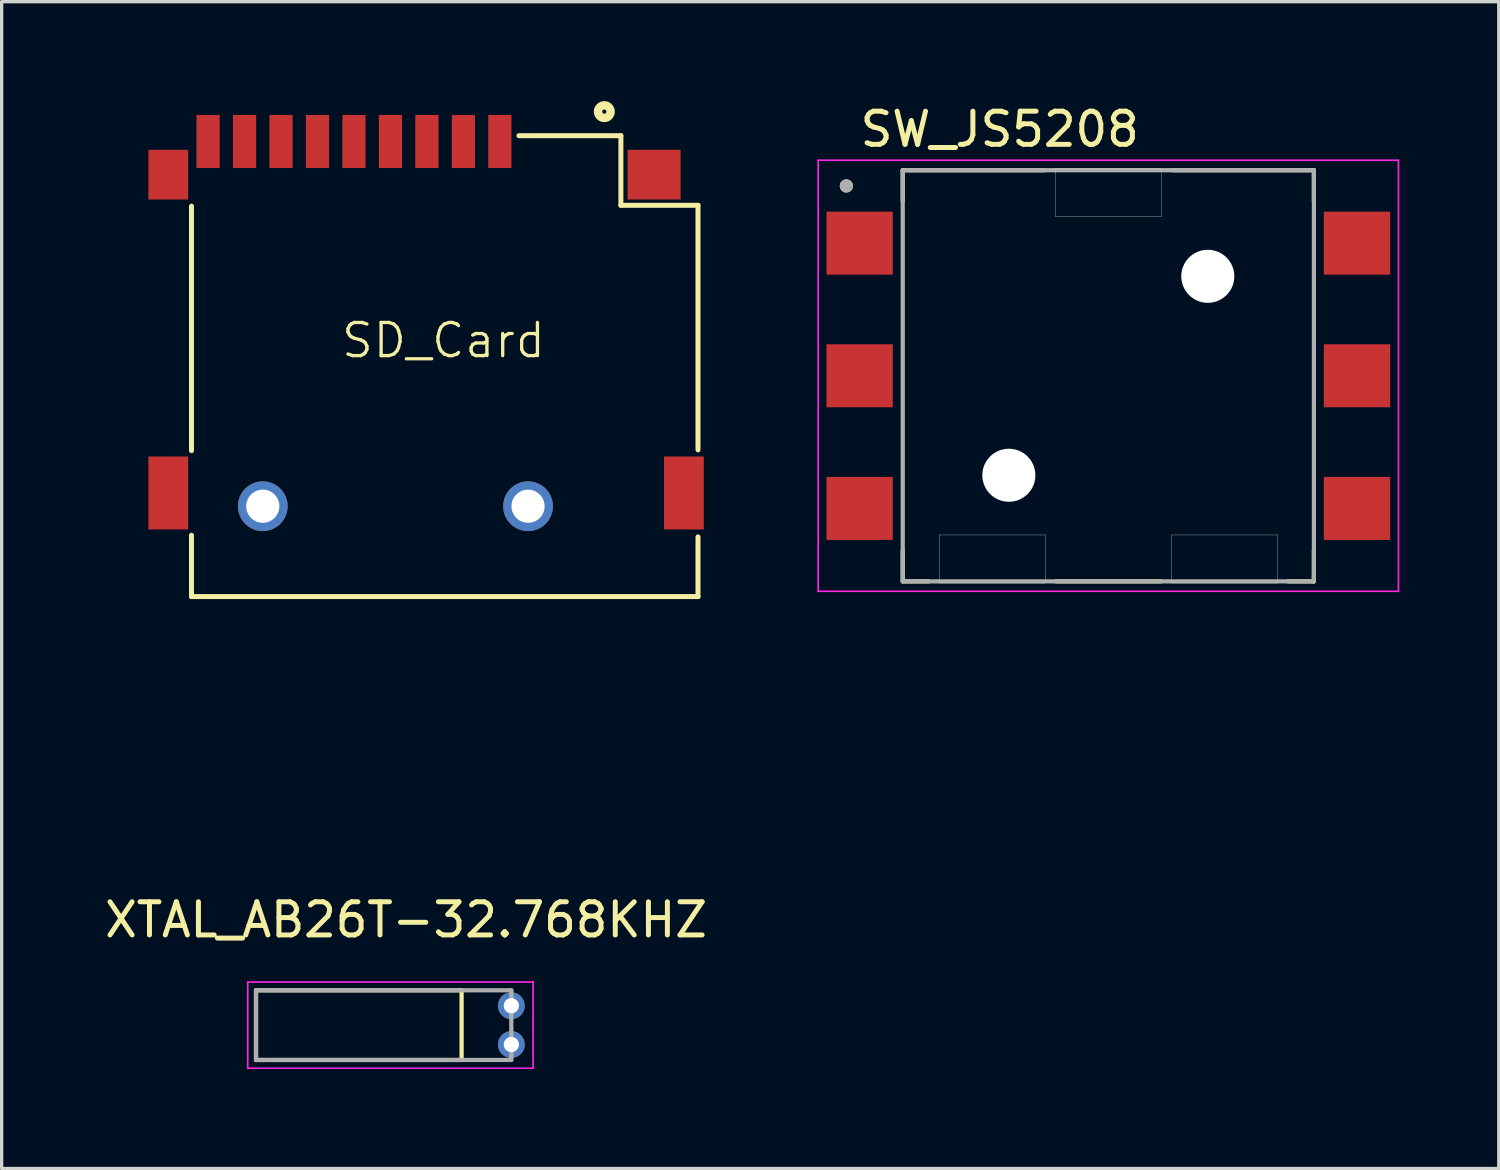
<source format=kicad_pcb>
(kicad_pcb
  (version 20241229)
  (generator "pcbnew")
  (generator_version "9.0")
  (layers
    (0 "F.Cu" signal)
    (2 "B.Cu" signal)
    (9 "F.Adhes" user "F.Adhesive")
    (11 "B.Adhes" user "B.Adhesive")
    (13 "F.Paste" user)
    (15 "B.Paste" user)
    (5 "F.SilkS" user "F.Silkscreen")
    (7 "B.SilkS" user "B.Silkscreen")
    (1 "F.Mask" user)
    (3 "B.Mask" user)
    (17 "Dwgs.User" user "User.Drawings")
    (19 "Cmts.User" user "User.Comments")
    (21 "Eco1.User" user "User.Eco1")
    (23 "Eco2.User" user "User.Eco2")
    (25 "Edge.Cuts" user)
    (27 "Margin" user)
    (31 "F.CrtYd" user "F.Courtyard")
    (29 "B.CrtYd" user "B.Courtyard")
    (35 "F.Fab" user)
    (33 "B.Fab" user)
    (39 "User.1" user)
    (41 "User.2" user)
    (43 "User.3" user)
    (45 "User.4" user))
  (footprint "SW_JS5208"
    (layer "F.Cu")
    (at 30.375 8.283)
    (property "Reference" "SW_JS5208" (at -3.275 -7.435 0) (layer "F.SilkS") (effects (font (size 1 1) (thickness 0.15))))
    (attr smd)
    (fp_line (start -6.2 -6.2) (end -1.92 -6.2) (stroke (width 0.127) (type solid)) (layer "F.SilkS"))
    (fp_line (start -6.2 -5.27) (end -6.2 -6.2) (stroke (width 0.127) (type solid)) (layer "F.SilkS"))
    (fp_line (start -6.2 5.27) (end -6.2 6.2) (stroke (width 0.127) (type solid)) (layer "F.SilkS"))
    (fp_line (start -6.2 6.2) (end -5.42 6.2) (stroke (width 0.127) (type solid)) (layer "F.SilkS"))
    (fp_line (start -1.58 6.2) (end 1.58 6.2) (stroke (width 0.127) (type solid)) (layer "F.SilkS"))
    (fp_line (start 1.92 -6.2) (end 6.2 -6.2) (stroke (width 0.127) (type solid)) (layer "F.SilkS"))
    (fp_line (start 5.42 6.2) (end 6.2 6.2) (stroke (width 0.127) (type solid)) (layer "F.SilkS"))
    (fp_line (start 6.2 -6.2) (end 6.2 -5.27) (stroke (width 0.127) (type solid)) (layer "F.SilkS"))
    (fp_line (start 6.2 6.2) (end 6.2 5.27) (stroke (width 0.127) (type solid)) (layer "F.SilkS"))
    (fp_circle (center -7.9 -5.725) (end -7.8 -5.725) (stroke (width 0.2) (type solid)) (fill no) (layer "F.SilkS"))
    (fp_line (start -5.1 4.8) (end -1.9 4.8) (stroke (width 0.01) (type solid)) (layer "Edge.Cuts"))
    (fp_line (start -5.1 6.25) (end -5.1 4.8) (stroke (width 0.01) (type solid)) (layer "Edge.Cuts"))
    (fp_line (start -1.9 4.8) (end -1.9 6.25) (stroke (width 0.01) (type solid)) (layer "Edge.Cuts"))
    (fp_line (start -1.9 6.25) (end -5.1 6.25) (stroke (width 0.01) (type solid)) (layer "Edge.Cuts"))
    (fp_line (start -1.6 -6.25) (end 1.6 -6.25) (stroke (width 0.01) (type solid)) (layer "Edge.Cuts"))
    (fp_line (start -1.6 -4.8) (end -1.6 -6.25) (stroke (width 0.01) (type solid)) (layer "Edge.Cuts"))
    (fp_line (start 1.6 -6.25) (end 1.6 -4.8) (stroke (width 0.01) (type solid)) (layer "Edge.Cuts"))
    (fp_line (start 1.6 -4.8) (end -1.6 -4.8) (stroke (width 0.01) (type solid)) (layer "Edge.Cuts"))
    (fp_line (start 1.9 4.8) (end 1.9 6.25) (stroke (width 0.01) (type solid)) (layer "Edge.Cuts"))
    (fp_line (start 1.9 6.25) (end 5.1 6.25) (stroke (width 0.01) (type solid)) (layer "Edge.Cuts"))
    (fp_line (start 5.1 4.8) (end 1.9 4.8) (stroke (width 0.01) (type solid)) (layer "Edge.Cuts"))
    (fp_line (start 5.1 6.25) (end 5.1 4.8) (stroke (width 0.01) (type solid)) (layer "Edge.Cuts"))
    (fp_line (start -8.75 -6.5) (end -8.75 6.5) (stroke (width 0.05) (type solid)) (layer "F.CrtYd"))
    (fp_line (start -8.75 6.5) (end 8.75 6.5) (stroke (width 0.05) (type solid)) (layer "F.CrtYd"))
    (fp_line (start 8.75 -6.5) (end -8.75 -6.5) (stroke (width 0.05) (type solid)) (layer "F.CrtYd"))
    (fp_line (start 8.75 6.5) (end 8.75 -6.5) (stroke (width 0.05) (type solid)) (layer "F.CrtYd"))
    (fp_line (start -6.2 -6.2) (end 6.2 -6.2) (stroke (width 0.127) (type solid)) (layer "F.Fab"))
    (fp_line (start -6.2 6.2) (end -6.2 -6.2) (stroke (width 0.127) (type solid)) (layer "F.Fab"))
    (fp_line (start 6.2 -6.2) (end 6.2 6.2) (stroke (width 0.127) (type solid)) (layer "F.Fab"))
    (fp_line (start 6.2 6.2) (end -6.2 6.2) (stroke (width 0.127) (type solid)) (layer "F.Fab"))
    (fp_circle (center -7.9 -5.725) (end -7.8 -5.725) (stroke (width 0.2) (type solid)) (fill no) (layer "F.Fab"))
    (pad "" np_thru_hole circle (at -3 3) (size 1.6 1.6) (drill 1.6) (layers "*.Cu" "*.Mask"))
    (pad "" np_thru_hole circle (at 3 -3) (size 1.6 1.6) (drill 1.6) (layers "*.Cu" "*.Mask"))
    (pad "1" smd rect (at -7.5 -4) (size 2 1.9) (layers "F.Cu" "F.Mask" "F.Paste"))
    (pad "2" smd rect (at -7.5 0) (size 2 1.9) (layers "F.Cu" "F.Mask" "F.Paste"))
    (pad "3" smd rect (at -7.5 4) (size 2 1.9) (layers "F.Cu" "F.Mask" "F.Paste"))
    (pad "4" smd rect (at 7.5 -4) (size 2 1.9) (layers "F.Cu" "F.Mask" "F.Paste"))
    (pad "5" smd rect (at 7.5 0) (size 2 1.9) (layers "F.Cu" "F.Mask" "F.Paste"))
    (pad "6" smd rect (at 7.5 4) (size 2 1.9) (layers "F.Cu" "F.Mask" "F.Paste")))
  (footprint "SD_Card"
    (layer "F.Cu")
    (at 10.325 7.717)
    (property "Reference" "SD_Card" (at 0 -0.5 0) (unlocked yes) (layer "F.SilkS") (effects (font (size 1 1) (thickness 0.1))))
    (attr smd)
    (fp_line (start -7.6 2.825) (end -7.6 -4.55) (stroke (width 0.15) (type solid)) (layer "F.SilkS"))
    (fp_line (start -7.6 7.225) (end -7.6 5.375) (stroke (width 0.15) (type solid)) (layer "F.SilkS"))
    (fp_line (start -7.6 7.225) (end 7.675 7.225) (stroke (width 0.15) (type solid)) (layer "F.SilkS"))
    (fp_line (start 2.275 -6.675) (end 5.35 -6.675) (stroke (width 0.15) (type solid)) (layer "F.SilkS"))
    (fp_line (start 5.35 -4.575) (end 5.35 -6.675) (stroke (width 0.15) (type solid)) (layer "F.SilkS"))
    (fp_line (start 5.35 -4.575) (end 7.675 -4.575) (stroke (width 0.15) (type solid)) (layer "F.SilkS"))
    (fp_line (start 7.675 2.8) (end 7.675 -4.575) (stroke (width 0.15) (type solid)) (layer "F.SilkS"))
    (fp_line (start 7.675 7.225) (end 7.675 5.425) (stroke (width 0.15) (type solid)) (layer "F.SilkS"))
    (fp_circle (center 4.85 -7.4) (end 4.85 -7.59) (stroke (width 0.254) (type solid)) (fill no) (layer "F.SilkS"))
    (fp_line (start -7.6 -6.675) (end 5.35 -6.675) (stroke (width 0.15) (type solid)) (layer "User.2"))
    (fp_line (start -7.6 7.25) (end -7.6 -6.675) (stroke (width 0.15) (type solid)) (layer "User.2"))
    (fp_line (start -7.6 7.25) (end 7.675 7.25) (stroke (width 0.15) (type solid)) (layer "User.2"))
    (fp_line (start 5.35 -4.575) (end 5.35 -6.675) (stroke (width 0.15) (type solid)) (layer "User.2"))
    (fp_line (start 5.35 -4.575) (end 7.675 -4.575) (stroke (width 0.15) (type solid)) (layer "User.2"))
    (fp_line (start 7.675 7.25) (end 7.675 -4.575) (stroke (width 0.15) (type solid)) (layer "User.2"))
    (fp_circle (center 2.675 -5.66) (end 2.675 -5.84) (stroke (width 0.254) (type solid)) (fill no) (layer "User.2"))
    (fp_line (start -10.25 7.495) (end 7.2 7.55) (stroke (width 0.15) (type solid)) (layer "User.6"))
    (fp_line (start -10.25 8.995) (end 7.2 9.05) (stroke (width 0.15) (type solid)) (layer "User.6"))
    (fp_line (start -10.25 -6.975) (end 4.35 -7) (stroke (width 0.15) (type solid)) (layer "User.6"))
    (fp_line (start -10.25 -5.475) (end 4.35 -5.5) (stroke (width 0.15) (type solid)) (layer "User.6"))
    (fp_line (start -10.25 7.495) (end -10.25 -6.975) (stroke (width 0.15) (type solid)) (layer "User.6"))
    (fp_line (start -10.25 8.995) (end -10.25 -5.475) (stroke (width 0.15) (type solid)) (layer "User.6"))
    (fp_line (start -9.75 12.995) (end 7.7 13.05) (stroke (width 0.15) (type solid)) (layer "User.6"))
    (fp_line (start -9.75 -1.475) (end 4.85 -1.5) (stroke (width 0.15) (type solid)) (layer "User.6"))
    (fp_line (start -9.75 12.995) (end -9.75 -1.475) (stroke (width 0.15) (type solid)) (layer "User.6"))
    (fp_line (start -9.25 7.495) (end 8.2 7.55) (stroke (width 0.15) (type solid)) (layer "User.6"))
    (fp_line (start -9.25 -6.975) (end 5.35 -7) (stroke (width 0.15) (type solid)) (layer "User.6"))
    (fp_line (start -9.25 7.495) (end -9.25 -6.975) (stroke (width 0.15) (type solid)) (layer "User.6"))
    (fp_line (start 4.35 -4.575) (end 4.35 -7) (stroke (width 0.15) (type solid)) (layer "User.6"))
    (fp_line (start 4.35 -4.575) (end 7.2 -4.575) (stroke (width 0.15) (type solid)) (layer "User.6"))
    (fp_line (start 4.35 -3.075) (end 4.35 -5.5) (stroke (width 0.15) (type solid)) (layer "User.6"))
    (fp_line (start 4.35 -3.075) (end 7.2 -3.075) (stroke (width 0.15) (type solid)) (layer "User.6"))
    (fp_line (start 4.85 0.925) (end 4.85 -1.5) (stroke (width 0.15) (type solid)) (layer "User.6"))
    (fp_line (start 4.85 0.925) (end 7.7 0.925) (stroke (width 0.15) (type solid)) (layer "User.6"))
    (fp_line (start 5.35 -4.575) (end 5.35 -7) (stroke (width 0.15) (type solid)) (layer "User.6"))
    (fp_line (start 5.35 -4.575) (end 8.2 -4.575) (stroke (width 0.15) (type solid)) (layer "User.6"))
    (fp_line (start 7.2 7.55) (end 7.2 -4.575) (stroke (width 0.15) (type solid)) (layer "User.6"))
    (fp_line (start 7.2 9.05) (end 7.2 -3.075) (stroke (width 0.15) (type solid)) (layer "User.6"))
    (fp_line (start 7.7 13.05) (end 7.7 0.925) (stroke (width 0.15) (type solid)) (layer "User.6"))
    (fp_line (start 8.2 7.55) (end 8.2 -4.575) (stroke (width 0.15) (type solid)) (layer "User.6"))
    (fp_line (start -1.825 4.5) (end -1.175 4.5) (stroke (width 0.15) (type solid)) (layer "User.10"))
    (fp_line (start -1.825 6) (end -1.175 6) (stroke (width 0.15) (type solid)) (layer "User.10"))
    (fp_line (start -1.5 4.825) (end -1.5 4.2) (stroke (width 0.15) (type solid)) (layer "User.10"))
    (fp_line (start -1.5 6.325) (end -1.5 5.7) (stroke (width 0.15) (type solid)) (layer "User.10"))
    (fp_line (start -1.325 10) (end -0.675 10) (stroke (width 0.15) (type solid)) (layer "User.10"))
    (fp_line (start -1 10.325) (end -1 9.7) (stroke (width 0.15) (type solid)) (layer "User.10"))
    (fp_line (start -0.825 4.5) (end -0.175 4.5) (stroke (width 0.15) (type solid)) (layer "User.10"))
    (fp_line (start -0.5 4.825) (end -0.5 4.2) (stroke (width 0.15) (type solid)) (layer "User.10"))
    (pad "1" smd rect (at 1.7 -6.5) (size 0.7 1.6) (layers "F.Cu" "F.Mask" "F.Paste"))
    (pad "2" smd rect (at 0.6 -6.5) (size 0.7 1.6) (layers "F.Cu" "F.Mask" "F.Paste"))
    (pad "3" smd rect (at -0.5 -6.5) (size 0.7 1.6) (layers "F.Cu" "F.Mask" "F.Paste"))
    (pad "4" smd rect (at -1.6 -6.5) (size 0.7 1.6) (layers "F.Cu" "F.Mask" "F.Paste"))
    (pad "5" smd rect (at -2.7 -6.5) (size 0.7 1.6) (layers "F.Cu" "F.Mask" "F.Paste"))
    (pad "6" smd rect (at -3.8 -6.5) (size 0.7 1.6) (layers "F.Cu" "F.Mask" "F.Paste"))
    (pad "7" smd rect (at -4.9 -6.5) (size 0.7 1.6) (layers "F.Cu" "F.Mask" "F.Paste"))
    (pad "8" smd rect (at -6 -6.5) (size 0.7 1.6) (layers "F.Cu" "F.Mask" "F.Paste"))
    (pad "10" thru_hole circle (at -5.45 4.5) (size 1.5 1.5) (drill 1) (layers "*.Cu" "*.Mask"))
    (pad "11" thru_hole circle (at 2.55 4.5) (size 1.5 1.5) (drill 1) (layers "*.Cu" "*.Mask"))
    (pad "Cd" smd rect (at -7.1 -6.5) (size 0.7 1.6) (layers "F.Cu" "F.Mask" "F.Paste"))
    (pad "GND" smd rect (at -8.3 -5.5) (size 1.2 1.5) (layers "F.Cu" "F.Mask" "F.Paste"))
    (pad "GND" smd rect (at -8.3 4.1) (size 1.2 2.2) (layers "F.Cu" "F.Mask" "F.Paste"))
    (pad "GND" smd rect (at 6.35 -5.5) (size 1.6 1.5) (layers "F.Cu" "F.Mask" "F.Paste"))
    (pad "GND" smd rect (at 7.25 4.1) (size 1.2 2.2) (layers "F.Cu" "F.Mask" "F.Paste")))
  (footprint "XTAL_AB26T-32.768KHZ"
    (layer "F.Cu")
    (at 12.371 27.866)
    (property "Reference" "XTAL_AB26T-32.768KHZ" (at -3.175 -3.175 0) (layer "F.SilkS") (effects (font (size 1 1) (thickness 0.15))))
    (attr through_hole)
    (fp_line (start -7.7 -1.05) (end -1.5 -1.05) (stroke (width 0.127) (type solid)) (layer "F.SilkS"))
    (fp_line (start -7.7 1.05) (end -7.7 -1.05) (stroke (width 0.127) (type solid)) (layer "F.SilkS"))
    (fp_line (start -1.5 -1.05) (end -1.5 1.05) (stroke (width 0.127) (type solid)) (layer "F.SilkS"))
    (fp_line (start -1.5 1.05) (end -7.7 1.05) (stroke (width 0.127) (type solid)) (layer "F.SilkS"))
    (fp_line (start -7.95 -1.3) (end 0.655 -1.3) (stroke (width 0.05) (type solid)) (layer "F.CrtYd"))
    (fp_line (start -7.95 1.3) (end -7.95 -1.3) (stroke (width 0.05) (type solid)) (layer "F.CrtYd"))
    (fp_line (start 0.655 -1.3) (end 0.655 1.3) (stroke (width 0.05) (type solid)) (layer "F.CrtYd"))
    (fp_line (start 0.655 1.3) (end -7.95 1.3) (stroke (width 0.05) (type solid)) (layer "F.CrtYd"))
    (fp_line (start -7.7 -1.05) (end 0 -1.05) (stroke (width 0.127) (type solid)) (layer "F.Fab"))
    (fp_line (start -7.7 1.05) (end -7.7 -1.05) (stroke (width 0.127) (type solid)) (layer "F.Fab"))
    (fp_line (start 0 -1.05) (end 0 1.05) (stroke (width 0.127) (type solid)) (layer "F.Fab"))
    (fp_line (start 0 1.05) (end -7.7 1.05) (stroke (width 0.127) (type solid)) (layer "F.Fab"))
    (pad "1" thru_hole circle (at 0 -0.585) (size 0.81 0.81) (drill 0.46) (layers "*.Cu" "*.Mask"))
    (pad "2" thru_hole circle (at 0 0.585) (size 0.81 0.81) (drill 0.46) (layers "*.Cu" "*.Mask")))
  (gr_rect
    (start -3 -3)
    (end 42.15 32.191)
    (stroke (width 0.1) (type default))
    (fill no)
    (layer "Edge.Cuts")))
</source>
